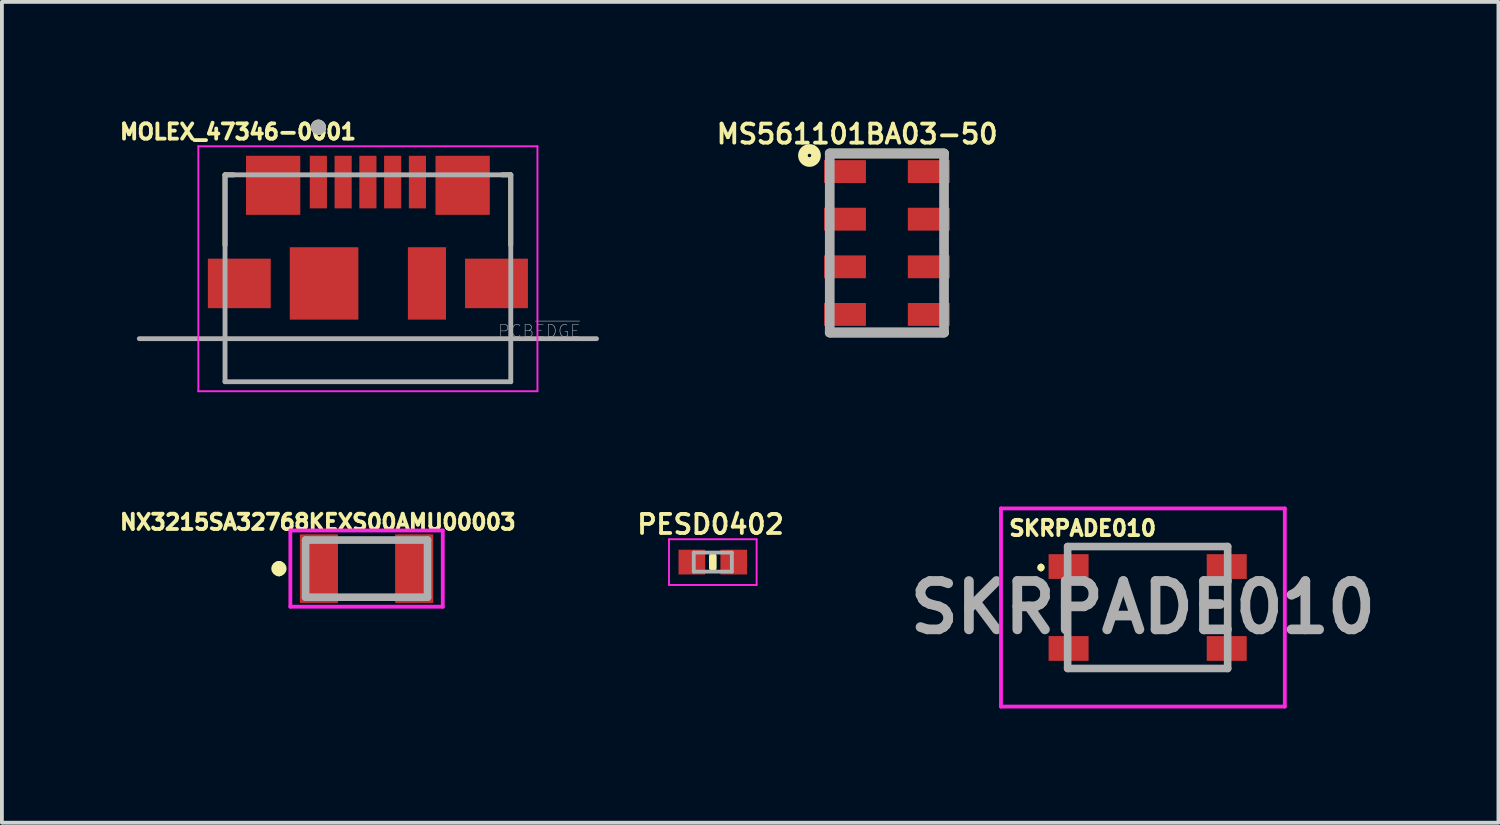
<source format=kicad_pcb>
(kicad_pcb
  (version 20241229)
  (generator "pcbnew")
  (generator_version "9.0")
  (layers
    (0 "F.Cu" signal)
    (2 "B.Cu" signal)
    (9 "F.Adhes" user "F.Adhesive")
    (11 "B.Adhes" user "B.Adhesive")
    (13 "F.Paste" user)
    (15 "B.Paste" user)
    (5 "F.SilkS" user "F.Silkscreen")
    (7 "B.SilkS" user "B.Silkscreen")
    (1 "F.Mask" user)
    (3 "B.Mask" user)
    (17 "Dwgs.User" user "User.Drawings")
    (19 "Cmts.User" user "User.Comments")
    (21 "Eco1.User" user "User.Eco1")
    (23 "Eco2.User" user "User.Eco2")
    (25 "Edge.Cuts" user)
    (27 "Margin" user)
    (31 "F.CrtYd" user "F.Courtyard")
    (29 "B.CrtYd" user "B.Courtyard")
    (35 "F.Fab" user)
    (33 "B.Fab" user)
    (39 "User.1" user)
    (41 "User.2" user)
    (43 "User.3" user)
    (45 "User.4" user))
  (footprint "NX3215SA32768KEXS00AMU00003"
    (layer "F.Cu")
    (at 6.571 11.874)
    (property "Reference" "NX3215SA32768KEXS00AMU00003" (at -1.28 -1.22 0) (layer "F.SilkS") (effects (font (size 0.4 0.4) (thickness 0.1))))
    (attr smd)
    (fp_line (start -2.3 -0.1) (end -2.3 -0.1) (stroke (width 0.2) (type solid)) (layer "F.SilkS"))
    (fp_line (start -2.3 0.1) (end -2.3 0.1) (stroke (width 0.2) (type solid)) (layer "F.SilkS"))
    (fp_line (start -0.5 -0.75) (end 0.5 -0.75) (stroke (width 0.1) (type solid)) (layer "F.SilkS"))
    (fp_line (start -0.5 0.75) (end 0.5 0.75) (stroke (width 0.1) (type solid)) (layer "F.SilkS"))
    (fp_arc (start -2.3 -0.1) (mid -2.2 0) (end -2.3 0.1) (stroke (width 0.2) (type solid)) (layer "F.SilkS"))
    (fp_arc (start -2.3 0.1) (mid -2.4 0) (end -2.3 -0.1) (stroke (width 0.2) (type solid)) (layer "F.SilkS"))
    (fp_line (start -2 -1) (end 2 -1) (stroke (width 0.1) (type solid)) (layer "F.CrtYd"))
    (fp_line (start -2 1) (end -2 -1) (stroke (width 0.1) (type solid)) (layer "F.CrtYd"))
    (fp_line (start 2 -1) (end 2 1) (stroke (width 0.1) (type solid)) (layer "F.CrtYd"))
    (fp_line (start 2 1) (end -2 1) (stroke (width 0.1) (type solid)) (layer "F.CrtYd"))
    (fp_line (start -1.6 -0.75) (end 1.6 -0.75) (stroke (width 0.2) (type solid)) (layer "F.Fab"))
    (fp_line (start -1.6 0.75) (end -1.6 -0.75) (stroke (width 0.2) (type solid)) (layer "F.Fab"))
    (fp_line (start 1.6 -0.75) (end 1.6 0.75) (stroke (width 0.2) (type solid)) (layer "F.Fab"))
    (fp_line (start 1.6 0.75) (end -1.6 0.75) (stroke (width 0.2) (type solid)) (layer "F.Fab"))
    (pad "1" smd rect (at -1.25 0) (size 1 1.8) (layers "F.Cu" "F.Mask" "F.Paste"))
    (pad "2" smd rect (at 1.25 0) (size 1 1.8) (layers "F.Cu" "F.Mask" "F.Paste")))
  (footprint "MOLEX_47346-0001"
    (layer "F.Cu")
    (at 6.606 4.389)
    (property "Reference" "MOLEX_47346-0001" (at -3.41 -3.98 0) (layer "F.SilkS") (effects (font (size 0.4 0.4) (thickness 0.1))))
    (attr through_hole)
    (fp_line (start -3.75 -2.85) (end -3.75 -1) (stroke (width 0.127) (type solid)) (layer "F.SilkS"))
    (fp_line (start -3.75 -2.85) (end -3.52 -2.85) (stroke (width 0.127) (type solid)) (layer "F.SilkS"))
    (fp_line (start 3.75 -2.85) (end 3.52 -2.85) (stroke (width 0.127) (type solid)) (layer "F.SilkS"))
    (fp_line (start 3.75 -2.85) (end 3.75 -1) (stroke (width 0.127) (type solid)) (layer "F.SilkS"))
    (fp_circle (center -1.3 -4.1) (end -1.2 -4.1) (stroke (width 0.2) (type solid)) (fill no) (layer "F.SilkS"))
    (fp_line (start -4.45 -3.6) (end 4.45 -3.6) (stroke (width 0.05) (type solid)) (layer "F.CrtYd"))
    (fp_line (start -4.45 2.83) (end -4.45 -3.6) (stroke (width 0.05) (type solid)) (layer "F.CrtYd"))
    (fp_line (start 4.45 -3.6) (end 4.45 2.83) (stroke (width 0.05) (type solid)) (layer "F.CrtYd"))
    (fp_line (start 4.45 2.83) (end -4.45 2.83) (stroke (width 0.05) (type solid)) (layer "F.CrtYd"))
    (fp_line (start -6 1.45) (end 6 1.45) (stroke (width 0.127) (type solid)) (layer "F.Fab"))
    (fp_line (start -3.75 -2.85) (end 3.75 -2.85) (stroke (width 0.127) (type solid)) (layer "F.Fab"))
    (fp_line (start -3.75 2.58) (end -3.75 -2.85) (stroke (width 0.127) (type solid)) (layer "F.Fab"))
    (fp_line (start 3.75 -2.85) (end 3.75 2.58) (stroke (width 0.127) (type solid)) (layer "F.Fab"))
    (fp_line (start 3.75 2.58) (end -3.75 2.58) (stroke (width 0.127) (type solid)) (layer "F.Fab"))
    (fp_circle (center -1.3 -4.1) (end -1.2 -4.1) (stroke (width 0.2) (type solid)) (fill no) (layer "F.Fab"))
    (fp_text user "PCB~{EDGE}" (at 4.5 1.25 0) (layer "F.Fab") (effects (font (size 0.32 0.32) (thickness 0.015))))
    (pad "1" smd rect (at -1.3 -2.66) (size 0.45 1.38) (layers "F.Cu" "F.Mask" "F.Paste"))
    (pad "2" smd rect (at -0.65 -2.66) (size 0.45 1.38) (layers "F.Cu" "F.Mask" "F.Paste"))
    (pad "3" smd rect (at 0 -2.66) (size 0.45 1.38) (layers "F.Cu" "F.Mask" "F.Paste"))
    (pad "4" smd rect (at 0.65 -2.66) (size 0.45 1.38) (layers "F.Cu" "F.Mask" "F.Paste"))
    (pad "5" smd rect (at 1.3 -2.66) (size 0.45 1.38) (layers "F.Cu" "F.Mask" "F.Paste"))
    (pad "S1" smd rect (at -2.487 -2.575) (size 1.425 1.55) (layers "F.Cu" "F.Mask" "F.Paste"))
    (pad "S2" smd rect (at 2.487 -2.575) (size 1.425 1.55) (layers "F.Cu" "F.Mask" "F.Paste"))
    (pad "S3" smd rect (at -3.375 0) (size 1.65 1.3) (layers "F.Cu" "F.Mask" "F.Paste"))
    (pad "S4" smd rect (at -1.15 0) (size 1.8 1.9) (layers "F.Cu" "F.Mask" "F.Paste"))
    (pad "S5" smd rect (at 1.55 0) (size 1 1.9) (layers "F.Cu" "F.Mask" "F.Paste"))
    (pad "S6" smd rect (at 3.375 0) (size 1.65 1.3) (layers "F.Cu" "F.Mask" "F.Paste")))
  (footprint "PESD0402"
    (layer "F.Cu")
    (at 15.659 11.703)
    (property "Reference" "PESD0402" (at -0.06 -0.99 0) (layer "F.SilkS") (effects (font (size 0.5 0.5) (thickness 0.1))))
    (attr smd)
    (fp_line (start 0 -0.15) (end 0 0.15) (stroke (width 0.2) (type solid)) (layer "F.SilkS"))
    (fp_line (start -1.15 -0.6) (end 1.15 -0.6) (stroke (width 0.05) (type solid)) (layer "F.CrtYd"))
    (fp_line (start -1.15 0.6) (end -1.15 -0.6) (stroke (width 0.05) (type solid)) (layer "F.CrtYd"))
    (fp_line (start 1.15 -0.6) (end 1.15 0.6) (stroke (width 0.05) (type solid)) (layer "F.CrtYd"))
    (fp_line (start 1.15 0.6) (end -1.15 0.6) (stroke (width 0.05) (type solid)) (layer "F.CrtYd"))
    (fp_line (start -0.5 -0.25) (end 0.5 -0.25) (stroke (width 0.1) (type solid)) (layer "F.Fab"))
    (fp_line (start -0.5 0.25) (end -0.5 -0.25) (stroke (width 0.1) (type solid)) (layer "F.Fab"))
    (fp_line (start 0.5 -0.25) (end 0.5 0.25) (stroke (width 0.1) (type solid)) (layer "F.Fab"))
    (fp_line (start 0.5 0.25) (end -0.5 0.25) (stroke (width 0.1) (type solid)) (layer "F.Fab"))
    (pad "1" smd rect (at -0.55 0 90) (size 0.65 0.7) (layers "F.Cu" "F.Mask" "F.Paste"))
    (pad "2" smd rect (at 0.55 0 90) (size 0.65 0.7) (layers "F.Cu" "F.Mask" "F.Paste")))
  (footprint "SKRPADE010"
    (layer "F.Cu")
    (at 26.947 12.895)
    (property "Reference" "SKRPADE010" (at -1.58 -2.08 0) (layer "F.SilkS") (effects (font (size 0.4 0.4) (thickness 0.1))))
    (attr smd)
    (fp_line (start -2.675 -1.1) (end -2.675 -1.1) (stroke (width 0.1) (type solid)) (layer "F.SilkS"))
    (fp_line (start -2.675 -1) (end -2.675 -1) (stroke (width 0.1) (type solid)) (layer "F.SilkS"))
    (fp_line (start -1.975 -1.6) (end 2.225 -1.6) (stroke (width 0.1) (type solid)) (layer "F.SilkS"))
    (fp_line (start -1.975 -0.5) (end -1.975 0.5) (stroke (width 0.1) (type solid)) (layer "F.SilkS"))
    (fp_line (start -1.975 1.6) (end 2.225 1.6) (stroke (width 0.1) (type solid)) (layer "F.SilkS"))
    (fp_line (start 2.225 -0.5) (end 2.225 0.5) (stroke (width 0.1) (type solid)) (layer "F.SilkS"))
    (fp_arc (start -2.675 -1.1) (mid -2.625 -1.05) (end -2.675 -1) (stroke (width 0.1) (type solid)) (layer "F.SilkS"))
    (fp_arc (start -2.675 -1) (mid -2.725 -1.05) (end -2.675 -1.1) (stroke (width 0.1) (type solid)) (layer "F.SilkS"))
    (fp_line (start -3.725 -2.6) (end 3.725 -2.6) (stroke (width 0.1) (type solid)) (layer "F.CrtYd"))
    (fp_line (start -3.725 2.6) (end -3.725 -2.6) (stroke (width 0.1) (type solid)) (layer "F.CrtYd"))
    (fp_line (start 3.725 -2.6) (end 3.725 2.6) (stroke (width 0.1) (type solid)) (layer "F.CrtYd"))
    (fp_line (start 3.725 2.6) (end -3.725 2.6) (stroke (width 0.1) (type solid)) (layer "F.CrtYd"))
    (fp_line (start -1.975 -1.6) (end 2.225 -1.6) (stroke (width 0.2) (type solid)) (layer "F.Fab"))
    (fp_line (start -1.975 1.6) (end -1.975 -1.6) (stroke (width 0.2) (type solid)) (layer "F.Fab"))
    (fp_line (start 2.225 -1.6) (end 2.225 1.6) (stroke (width 0.2) (type solid)) (layer "F.Fab"))
    (fp_line (start 2.225 1.6) (end -1.975 1.6) (stroke (width 0.2) (type solid)) (layer "F.Fab"))
    (fp_text user "${REFERENCE}" (at 0 0 0) (layer "F.Fab") (effects (font (size 1.27 1.27) (thickness 0.254))))
    (pad "1" smd rect (at -1.95 -1.075 90) (size 0.65 1.05) (layers "F.Cu" "F.Mask" "F.Paste"))
    (pad "2" smd rect (at 2.2 -1.075 90) (size 0.65 1.05) (layers "F.Cu" "F.Mask" "F.Paste"))
    (pad "3" smd rect (at -1.95 1.075 90) (size 0.65 1.05) (layers "F.Cu" "F.Mask" "F.Paste"))
    (pad "4" smd rect (at 2.2 1.075 90) (size 0.65 1.05) (layers "F.Cu" "F.Mask" "F.Paste")))
  (footprint "MS561101BA03-50"
    (layer "F.Cu")
    (at 20.228 3.328)
    (property "Reference" "MS561101BA03-50" (at -0.78 -2.86 0) (layer "F.SilkS") (effects (font (size 0.5 0.5) (thickness 0.1))))
    (attr smd)
    (fp_line (start -1.5 -2.35) (end 1.5 -2.35) (stroke (width 0.254) (type solid)) (layer "F.SilkS"))
    (fp_line (start -1.5 2.35) (end 1.5 2.35) (stroke (width 0.254) (type solid)) (layer "F.SilkS"))
    (fp_circle (center -2.032 -2.297) (end -2.032 -2.252) (stroke (width 0.254) (type solid)) (fill no) (layer "F.SilkS"))
    (fp_line (start -1.5 -2.35) (end 1.5 -2.35) (stroke (width 0.254) (type solid)) (layer "F.Fab"))
    (fp_line (start -1.5 2.35) (end -1.5 -2.35) (stroke (width 0.254) (type solid)) (layer "F.Fab"))
    (fp_line (start 1.5 -2.35) (end 1.5 2.35) (stroke (width 0.254) (type solid)) (layer "F.Fab"))
    (fp_line (start 1.5 2.35) (end -1.5 2.35) (stroke (width 0.254) (type solid)) (layer "F.Fab"))
    (pad "1" smd rect (at -1.1 -1.875 90) (size 0.6 1.1) (layers "F.Cu" "F.Mask" "F.Paste"))
    (pad "2" smd rect (at -1.1 -0.625 90) (size 0.6 1.1) (layers "F.Cu" "F.Mask" "F.Paste"))
    (pad "3" smd rect (at -1.1 0.625 90) (size 0.6 1.1) (layers "F.Cu" "F.Mask" "F.Paste"))
    (pad "4" smd rect (at -1.1 1.875 90) (size 0.6 1.1) (layers "F.Cu" "F.Mask" "F.Paste"))
    (pad "5" smd rect (at 1.1 1.875 90) (size 0.6 1.1) (layers "F.Cu" "F.Mask" "F.Paste"))
    (pad "6" smd rect (at 1.1 0.625 90) (size 0.6 1.1) (layers "F.Cu" "F.Mask" "F.Paste"))
    (pad "7" smd rect (at 1.1 -0.625 90) (size 0.6 1.1) (layers "F.Cu" "F.Mask" "F.Paste"))
    (pad "8" smd rect (at 1.1 -1.875 90) (size 0.6 1.1) (layers "F.Cu" "F.Mask" "F.Paste")))
  (gr_rect
    (start -3 -3)
    (end 36.279 18.544)
    (stroke (width 0.1) (type default))
    (fill no)
    (layer "Edge.Cuts")))
</source>
